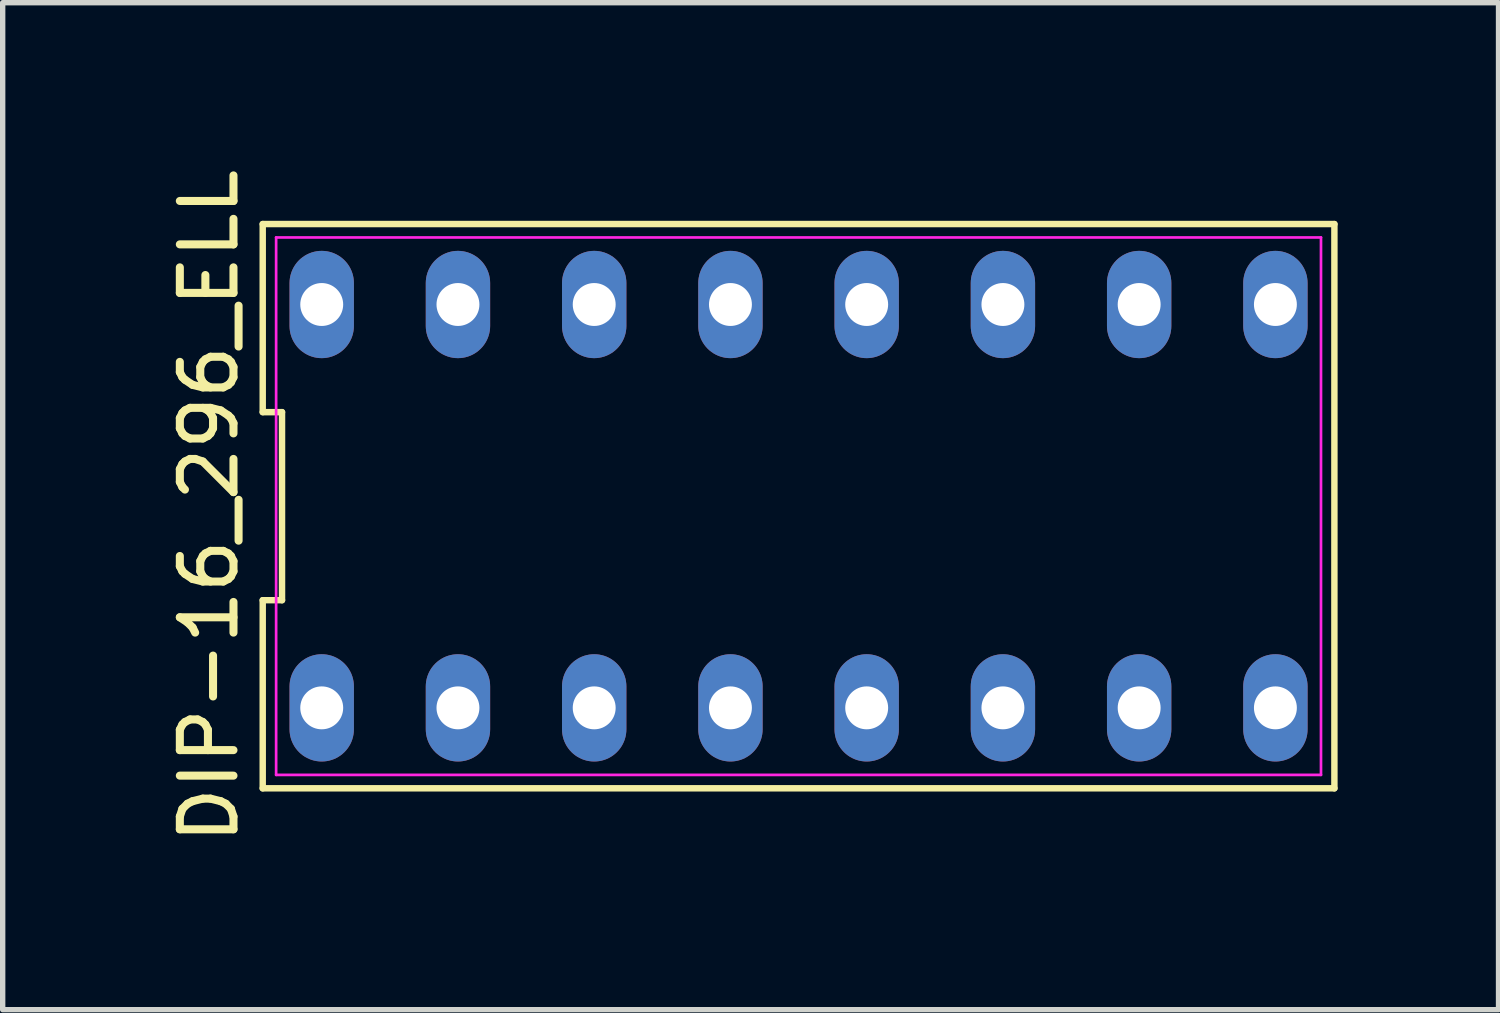
<source format=kicad_pcb>
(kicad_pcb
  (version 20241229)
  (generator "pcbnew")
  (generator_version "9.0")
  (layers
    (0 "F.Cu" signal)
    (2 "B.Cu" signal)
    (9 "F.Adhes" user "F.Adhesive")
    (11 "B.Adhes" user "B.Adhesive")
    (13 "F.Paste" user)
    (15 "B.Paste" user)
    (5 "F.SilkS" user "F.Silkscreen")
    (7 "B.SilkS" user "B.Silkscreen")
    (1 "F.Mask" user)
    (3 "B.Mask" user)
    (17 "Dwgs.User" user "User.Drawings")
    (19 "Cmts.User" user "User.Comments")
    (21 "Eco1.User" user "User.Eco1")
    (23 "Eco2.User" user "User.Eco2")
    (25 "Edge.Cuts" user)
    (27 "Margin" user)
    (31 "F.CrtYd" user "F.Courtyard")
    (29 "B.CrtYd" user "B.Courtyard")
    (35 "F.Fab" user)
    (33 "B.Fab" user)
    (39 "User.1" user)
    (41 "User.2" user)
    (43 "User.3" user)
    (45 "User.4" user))
  (footprint "DIP-16_296_ELL"
    (layer "F.Cu")
    (at 11.838 6.387)
    (property "Reference" "DIP-16_296_ELL" (at -10.99 0 90) (layer "F.SilkS") (effects (font (size 1 1) (thickness 0.15))))
    (attr through_hole)
    (fp_line (start -9.99 -5.26) (end -9.99 -1.753) (stroke (width 0.12) (type solid)) (layer "F.SilkS"))
    (fp_line (start -9.99 -1.753) (end -9.63 -1.753) (stroke (width 0.12) (type solid)) (layer "F.SilkS"))
    (fp_line (start -9.99 1.753) (end -9.99 5.26) (stroke (width 0.12) (type solid)) (layer "F.SilkS"))
    (fp_line (start -9.99 5.26) (end 9.99 5.26) (stroke (width 0.12) (type solid)) (layer "F.SilkS"))
    (fp_line (start -9.63 -1.753) (end -9.63 1.753) (stroke (width 0.12) (type solid)) (layer "F.SilkS"))
    (fp_line (start -9.63 1.753) (end -9.99 1.753) (stroke (width 0.12) (type solid)) (layer "F.SilkS"))
    (fp_line (start 9.99 -5.26) (end -9.99 -5.26) (stroke (width 0.12) (type solid)) (layer "F.SilkS"))
    (fp_line (start 9.99 5.26) (end 9.99 -5.26) (stroke (width 0.12) (type solid)) (layer "F.SilkS"))
    (fp_line (start -9.74 -5.01) (end 9.74 -5.01) (stroke (width 0.05) (type solid)) (layer "F.CrtYd"))
    (fp_line (start -9.74 5.01) (end -9.74 -5.01) (stroke (width 0.05) (type solid)) (layer "F.CrtYd"))
    (fp_line (start 9.74 -5.01) (end 9.74 5.01) (stroke (width 0.05) (type solid)) (layer "F.CrtYd"))
    (fp_line (start 9.74 5.01) (end -9.74 5.01) (stroke (width 0.05) (type solid)) (layer "F.CrtYd"))
    (pad "1" thru_hole oval (at -8.89 3.76) (size 1.2 2) (drill 0.8) (layers "*.Cu" "*.Mask"))
    (pad "2" thru_hole oval (at -6.35 3.76) (size 1.2 2) (drill 0.8) (layers "*.Cu" "*.Mask"))
    (pad "3" thru_hole oval (at -3.81 3.76) (size 1.2 2) (drill 0.8) (layers "*.Cu" "*.Mask"))
    (pad "4" thru_hole oval (at -1.27 3.76) (size 1.2 2) (drill 0.8) (layers "*.Cu" "*.Mask"))
    (pad "5" thru_hole oval (at 1.27 3.76) (size 1.2 2) (drill 0.8) (layers "*.Cu" "*.Mask"))
    (pad "6" thru_hole oval (at 3.81 3.76) (size 1.2 2) (drill 0.8) (layers "*.Cu" "*.Mask"))
    (pad "7" thru_hole oval (at 6.35 3.76) (size 1.2 2) (drill 0.8) (layers "*.Cu" "*.Mask"))
    (pad "8" thru_hole oval (at 8.89 3.76) (size 1.2 2) (drill 0.8) (layers "*.Cu" "*.Mask"))
    (pad "9" thru_hole oval (at 8.89 -3.76) (size 1.2 2) (drill 0.8) (layers "*.Cu" "*.Mask"))
    (pad "10" thru_hole oval (at 6.35 -3.76) (size 1.2 2) (drill 0.8) (layers "*.Cu" "*.Mask"))
    (pad "11" thru_hole oval (at 3.81 -3.76) (size 1.2 2) (drill 0.8) (layers "*.Cu" "*.Mask"))
    (pad "12" thru_hole oval (at 1.27 -3.76) (size 1.2 2) (drill 0.8) (layers "*.Cu" "*.Mask"))
    (pad "13" thru_hole oval (at -1.27 -3.76) (size 1.2 2) (drill 0.8) (layers "*.Cu" "*.Mask"))
    (pad "14" thru_hole oval (at -3.81 -3.76) (size 1.2 2) (drill 0.8) (layers "*.Cu" "*.Mask"))
    (pad "15" thru_hole oval (at -6.35 -3.76) (size 1.2 2) (drill 0.8) (layers "*.Cu" "*.Mask"))
    (pad "16" thru_hole oval (at -8.89 -3.76) (size 1.2 2) (drill 0.8) (layers "*.Cu" "*.Mask")))
  (gr_rect
    (start -3 -3)
    (end 24.888 15.774)
    (stroke (width 0.1) (type default))
    (fill no)
    (layer "Edge.Cuts")))
</source>
